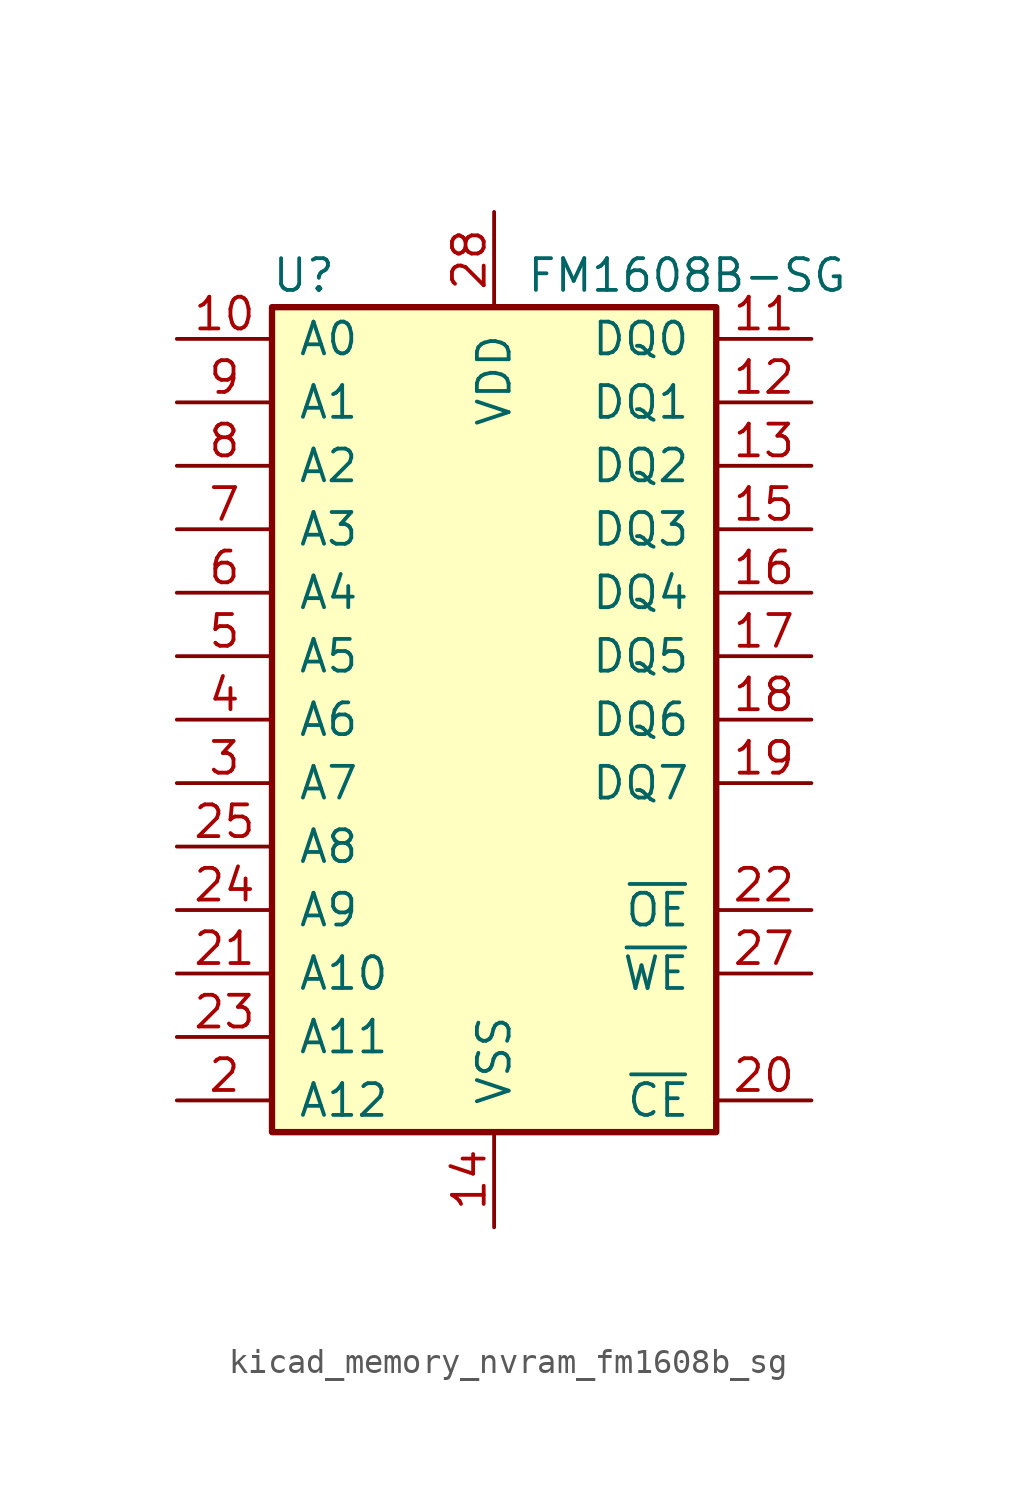
<source format=kicad_sym>
(kicad_symbol_lib
  (version 20220914)
  (generator kicad_symbol_editor)
  (symbol "kicad_memory_nvram_fm1608b_sg"
    (pin_names
      (offset 1.016))
    (property "Reference" "U"
      (at -7.62 17.78 0)
      (effects (font (size 1.27 1.27))))
    (property "Value" "FM1608B-SG"
      (at 1.27 17.78 0)
      (effects (font (size 1.27 1.27)) (justify left)))
    (symbol "kicad_memory_nvram_fm1608b_sg_0_1"
      (rectangle (start -8.89 16.51) (end 8.89 -16.51) (stroke (width 0.254) (type default)) (fill (type background))))
    (symbol "kicad_memory_nvram_fm1608b_sg_1_1"
      (pin input line (at -12.7 15.24 0) (length 3.81) (name "A0" (effects (font (size 1.27 1.27)))) (number "10" (effects (font (size 1.27 1.27)))))
      (pin bidirectional line (at 12.7 15.24 180) (length 3.81) (name "DQ0" (effects (font (size 1.27 1.27)))) (number "11" (effects (font (size 1.27 1.27)))))
      (pin bidirectional line (at 12.7 12.7 180) (length 3.81) (name "DQ1" (effects (font (size 1.27 1.27)))) (number "12" (effects (font (size 1.27 1.27)))))
      (pin bidirectional line (at 12.7 10.16 180) (length 3.81) (name "DQ2" (effects (font (size 1.27 1.27)))) (number "13" (effects (font (size 1.27 1.27)))))
      (pin power_in line (at 0 -20.32 90) (length 3.81) (name "VSS" (effects (font (size 1.27 1.27)))) (number "14" (effects (font (size 1.27 1.27)))))
      (pin bidirectional line (at 12.7 7.62 180) (length 3.81) (name "DQ3" (effects (font (size 1.27 1.27)))) (number "15" (effects (font (size 1.27 1.27)))))
      (pin bidirectional line (at 12.7 5.08 180) (length 3.81) (name "DQ4" (effects (font (size 1.27 1.27)))) (number "16" (effects (font (size 1.27 1.27)))))
      (pin bidirectional line (at 12.7 2.54 180) (length 3.81) (name "DQ5" (effects (font (size 1.27 1.27)))) (number "17" (effects (font (size 1.27 1.27)))))
      (pin bidirectional line (at 12.7 0 180) (length 3.81) (name "DQ6" (effects (font (size 1.27 1.27)))) (number "18" (effects (font (size 1.27 1.27)))))
      (pin bidirectional line (at 12.7 -2.54 180) (length 3.81) (name "DQ7" (effects (font (size 1.27 1.27)))) (number "19" (effects (font (size 1.27 1.27)))))
      (pin input line (at -12.7 -15.24 0) (length 3.81) (name "A12" (effects (font (size 1.27 1.27)))) (number "2" (effects (font (size 1.27 1.27)))))
      (pin input line (at 12.7 -15.24 180) (length 3.81) (name "~{CE}" (effects (font (size 1.27 1.27)))) (number "20" (effects (font (size 1.27 1.27)))))
      (pin input line (at -12.7 -10.16 0) (length 3.81) (name "A10" (effects (font (size 1.27 1.27)))) (number "21" (effects (font (size 1.27 1.27)))))
      (pin input line (at 12.7 -7.62 180) (length 3.81) (name "~{OE}" (effects (font (size 1.27 1.27)))) (number "22" (effects (font (size 1.27 1.27)))))
      (pin input line (at -12.7 -12.7 0) (length 3.81) (name "A11" (effects (font (size 1.27 1.27)))) (number "23" (effects (font (size 1.27 1.27)))))
      (pin input line (at -12.7 -7.62 0) (length 3.81) (name "A9" (effects (font (size 1.27 1.27)))) (number "24" (effects (font (size 1.27 1.27)))))
      (pin input line (at -12.7 -5.08 0) (length 3.81) (name "A8" (effects (font (size 1.27 1.27)))) (number "25" (effects (font (size 1.27 1.27)))))
      (pin input line (at 12.7 -10.16 180) (length 3.81) (name "~{WE}" (effects (font (size 1.27 1.27)))) (number "27" (effects (font (size 1.27 1.27)))))
      (pin power_in line (at 0 20.32 270) (length 3.81) (name "VDD" (effects (font (size 1.27 1.27)))) (number "28" (effects (font (size 1.27 1.27)))))
      (pin input line (at -12.7 -2.54 0) (length 3.81) (name "A7" (effects (font (size 1.27 1.27)))) (number "3" (effects (font (size 1.27 1.27)))))
      (pin input line (at -12.7 0 0) (length 3.81) (name "A6" (effects (font (size 1.27 1.27)))) (number "4" (effects (font (size 1.27 1.27)))))
      (pin input line (at -12.7 2.54 0) (length 3.81) (name "A5" (effects (font (size 1.27 1.27)))) (number "5" (effects (font (size 1.27 1.27)))))
      (pin input line (at -12.7 5.08 0) (length 3.81) (name "A4" (effects (font (size 1.27 1.27)))) (number "6" (effects (font (size 1.27 1.27)))))
      (pin input line (at -12.7 7.62 0) (length 3.81) (name "A3" (effects (font (size 1.27 1.27)))) (number "7" (effects (font (size 1.27 1.27)))))
      (pin input line (at -12.7 10.16 0) (length 3.81) (name "A2" (effects (font (size 1.27 1.27)))) (number "8" (effects (font (size 1.27 1.27)))))
      (pin input line (at -12.7 12.7 0) (length 3.81) (name "A1" (effects (font (size 1.27 1.27)))) (number "9" (effects (font (size 1.27 1.27))))))))
</source>
